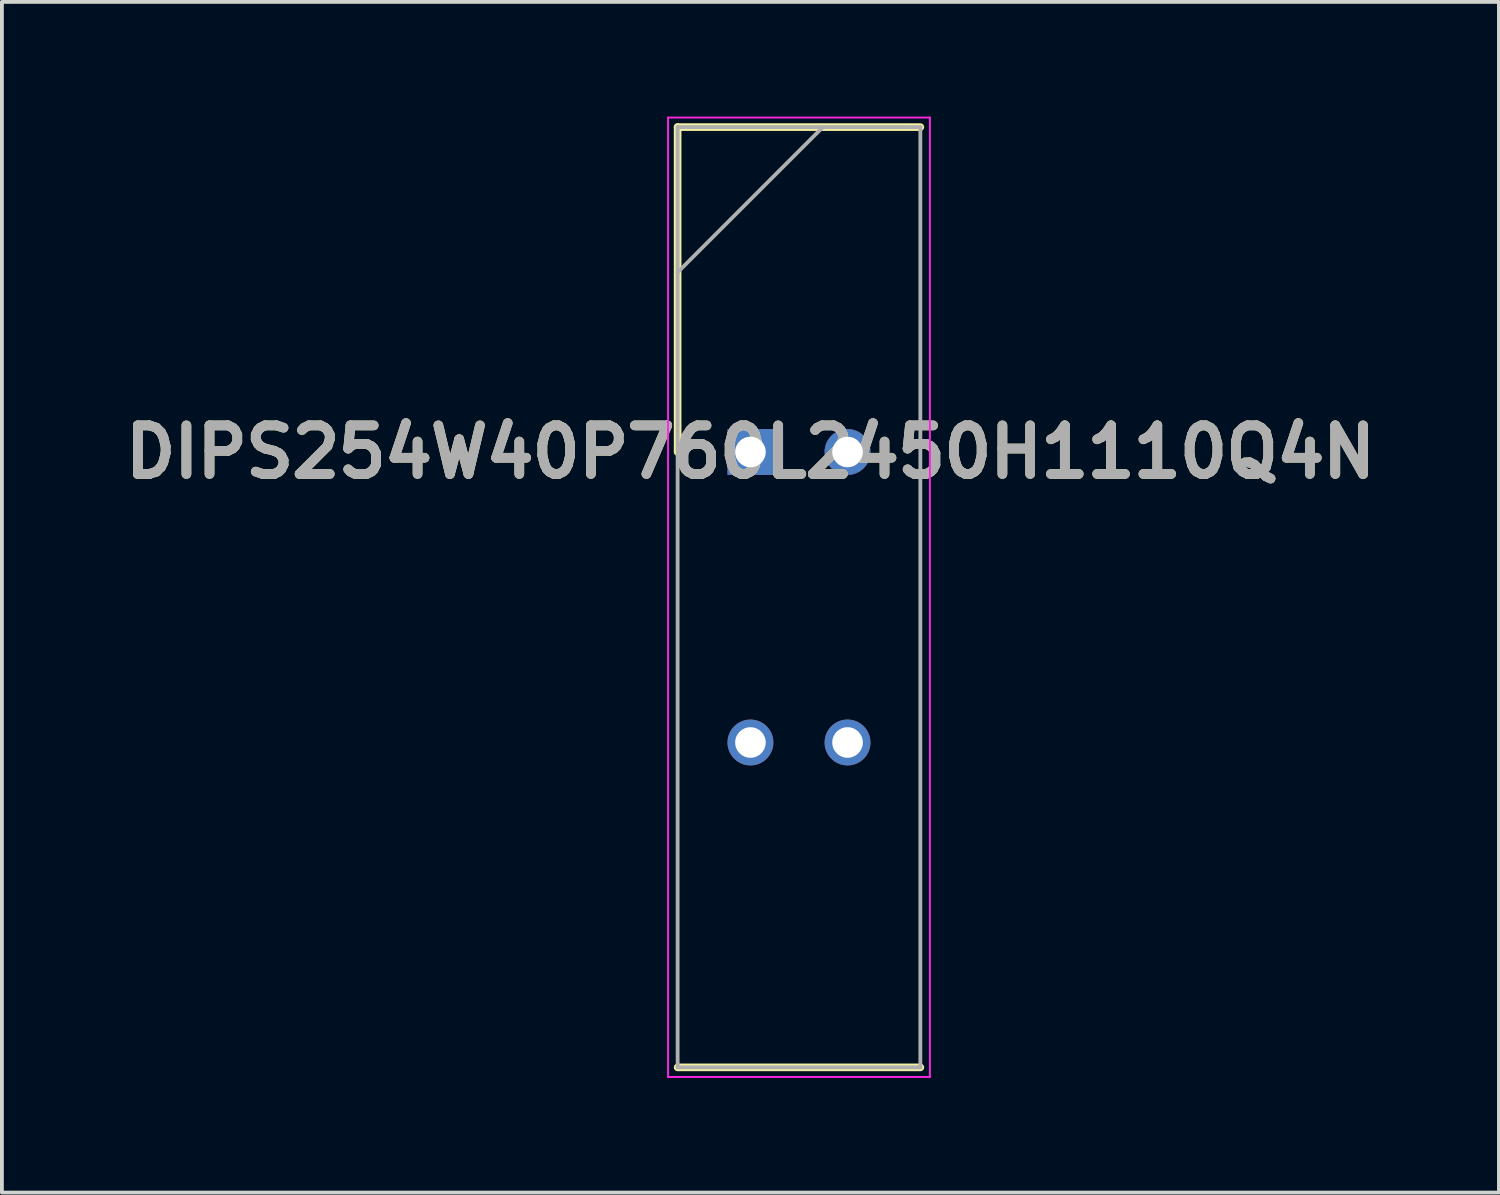
<source format=kicad_pcb>
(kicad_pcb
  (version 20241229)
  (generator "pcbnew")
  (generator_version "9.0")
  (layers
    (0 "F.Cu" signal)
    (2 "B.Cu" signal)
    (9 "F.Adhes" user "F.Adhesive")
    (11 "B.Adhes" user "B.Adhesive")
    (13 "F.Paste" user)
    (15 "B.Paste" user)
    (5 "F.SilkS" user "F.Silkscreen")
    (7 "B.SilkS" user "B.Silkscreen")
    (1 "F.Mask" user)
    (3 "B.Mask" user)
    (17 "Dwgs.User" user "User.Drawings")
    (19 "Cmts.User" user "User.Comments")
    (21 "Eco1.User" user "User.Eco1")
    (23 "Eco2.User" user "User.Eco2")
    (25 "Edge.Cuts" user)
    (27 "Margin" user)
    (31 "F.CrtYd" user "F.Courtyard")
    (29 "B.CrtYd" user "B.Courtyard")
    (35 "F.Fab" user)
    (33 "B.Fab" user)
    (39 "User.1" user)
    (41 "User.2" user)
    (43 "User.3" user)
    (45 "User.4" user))
  (footprint "DIPS254W40P760L2450H1110Q4N"
    (layer "F.Cu")
    (at 16.583 8.775)
    (property "Reference" "DIPS254W40P760L2450H1110Q4N" (at 0 0 0) (layer "F.SilkS") (effects (font (size 1.27 1.27) (thickness 0.254))))
    (attr through_hole)
    (fp_line (start -1.905 -8.5) (end -1.905 0) (stroke (width 0.2) (type solid)) (layer "F.SilkS"))
    (fp_line (start -1.905 16.1) (end 4.445 16.1) (stroke (width 0.2) (type solid)) (layer "F.SilkS"))
    (fp_line (start 4.445 -8.5) (end -1.905 -8.5) (stroke (width 0.2) (type solid)) (layer "F.SilkS"))
    (fp_line (start -2.155 -8.75) (end 4.695 -8.75) (stroke (width 0.05) (type solid)) (layer "F.CrtYd"))
    (fp_line (start -2.155 16.35) (end -2.155 -8.75) (stroke (width 0.05) (type solid)) (layer "F.CrtYd"))
    (fp_line (start 4.695 -8.75) (end 4.695 16.35) (stroke (width 0.05) (type solid)) (layer "F.CrtYd"))
    (fp_line (start 4.695 16.35) (end -2.155 16.35) (stroke (width 0.05) (type solid)) (layer "F.CrtYd"))
    (fp_line (start -1.905 -8.5) (end 4.445 -8.5) (stroke (width 0.1) (type solid)) (layer "F.Fab"))
    (fp_line (start -1.905 -4.7) (end 1.895 -8.5) (stroke (width 0.1) (type solid)) (layer "F.Fab"))
    (fp_line (start -1.905 16.1) (end -1.905 -8.5) (stroke (width 0.1) (type solid)) (layer "F.Fab"))
    (fp_line (start 4.445 -8.5) (end 4.445 16.1) (stroke (width 0.1) (type solid)) (layer "F.Fab"))
    (fp_line (start 4.445 16.1) (end -1.905 16.1) (stroke (width 0.1) (type solid)) (layer "F.Fab"))
    (fp_text user "${REFERENCE}" (at 0 0 0) (layer "F.Fab") (effects (font (size 1.27 1.27) (thickness 0.254))))
    (pad "1" thru_hole rect (at 0 0) (size 1.2 1.2) (drill 0.8) (layers "*.Cu" "*.Mask"))
    (pad "2" thru_hole circle (at 0 7.6) (size 1.2 1.2) (drill 0.8) (layers "*.Cu" "*.Mask"))
    (pad "3" thru_hole circle (at 2.54 7.6) (size 1.2 1.2) (drill 0.8) (layers "*.Cu" "*.Mask"))
    (pad "4" thru_hole circle (at 2.54 0) (size 1.2 1.2) (drill 0.8) (layers "*.Cu" "*.Mask")))
  (gr_rect
    (start -3 -3)
    (end 36.165 28.15)
    (stroke (width 0.1) (type default))
    (fill no)
    (layer "Edge.Cuts")))
</source>
